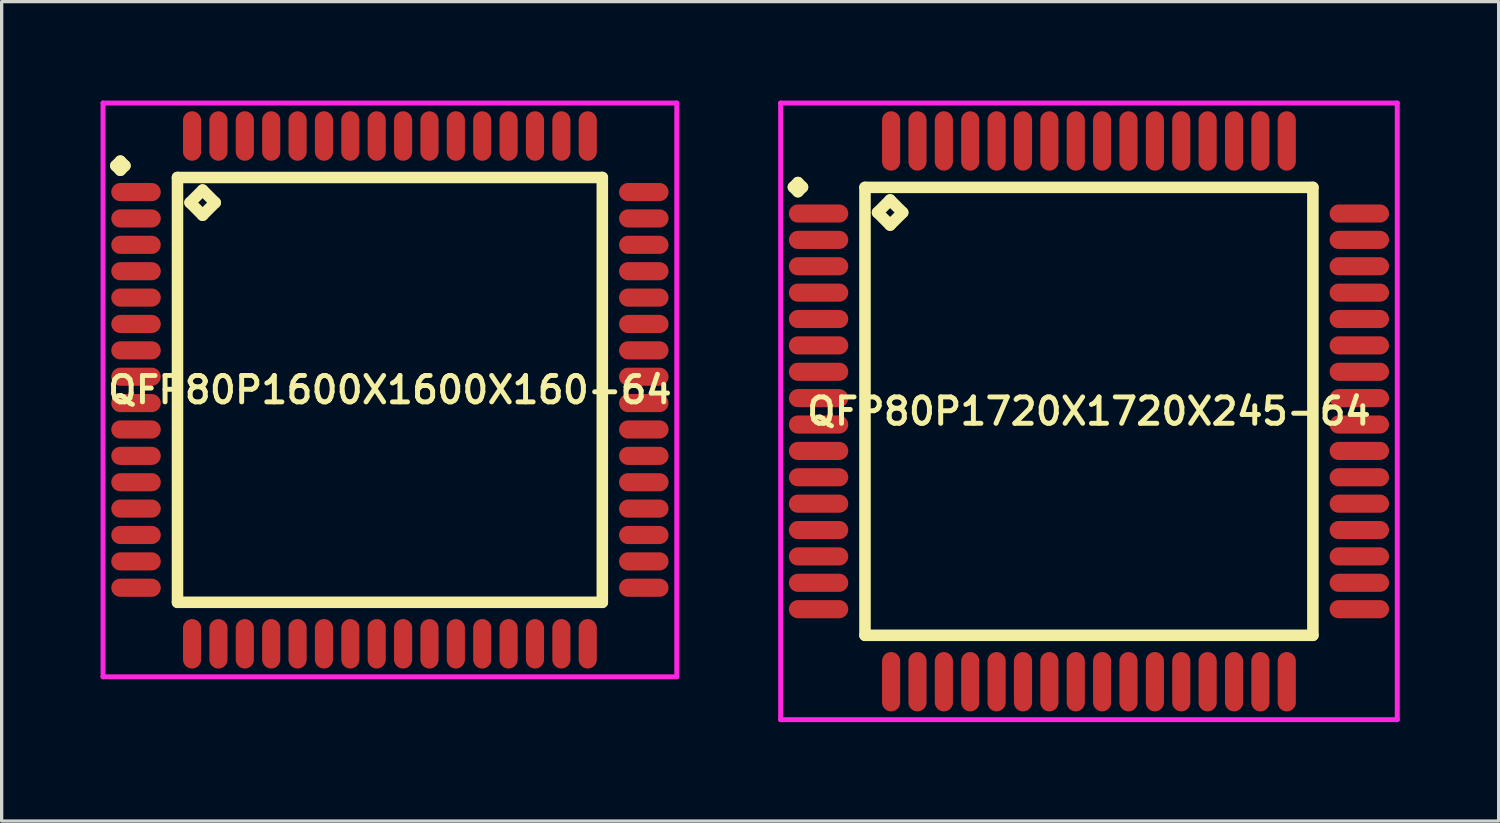
<source format=kicad_pcb>
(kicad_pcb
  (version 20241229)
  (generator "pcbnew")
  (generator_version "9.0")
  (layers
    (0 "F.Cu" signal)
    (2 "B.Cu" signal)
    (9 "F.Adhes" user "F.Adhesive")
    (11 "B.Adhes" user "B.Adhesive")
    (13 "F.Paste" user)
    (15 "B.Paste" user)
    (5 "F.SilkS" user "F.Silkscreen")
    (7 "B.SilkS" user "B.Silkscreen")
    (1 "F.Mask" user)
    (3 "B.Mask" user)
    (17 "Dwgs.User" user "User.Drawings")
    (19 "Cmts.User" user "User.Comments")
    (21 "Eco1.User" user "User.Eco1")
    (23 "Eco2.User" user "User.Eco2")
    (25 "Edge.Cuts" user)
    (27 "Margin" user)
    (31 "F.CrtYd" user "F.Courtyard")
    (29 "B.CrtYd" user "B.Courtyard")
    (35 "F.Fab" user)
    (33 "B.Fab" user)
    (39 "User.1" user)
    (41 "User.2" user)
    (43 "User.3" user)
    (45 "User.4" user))
  (footprint "QFP80P1720X1720X245-64"
    (layer "F.Cu")
    (at 29.975 9.425)
    (property "Reference" "QFP80P1720X1720X245-64" (at 0 0 0) (layer "F.SilkS") (effects (font (size 0.8 0.8) (thickness 0.15))))
    (attr smd)
    (fp_line (start -8.963 -6.8) (end -8.825 -6.938) (stroke (width 0.35) (type solid)) (layer "F.SilkS"))
    (fp_line (start -8.825 -6.938) (end -8.688 -6.8) (stroke (width 0.35) (type solid)) (layer "F.SilkS"))
    (fp_line (start -8.825 -6.662) (end -8.963 -6.8) (stroke (width 0.35) (type solid)) (layer "F.SilkS"))
    (fp_line (start -8.688 -6.8) (end -8.825 -6.662) (stroke (width 0.35) (type solid)) (layer "F.SilkS"))
    (fp_line (start -6.792 -6.792) (end -6.792 6.792) (stroke (width 0.35) (type solid)) (layer "F.SilkS"))
    (fp_line (start -6.792 6.792) (end 6.792 6.792) (stroke (width 0.35) (type solid)) (layer "F.SilkS"))
    (fp_line (start -6.411 -6.03) (end -6.03 -6.411) (stroke (width 0.35) (type solid)) (layer "F.SilkS"))
    (fp_line (start -6.03 -6.411) (end -5.649 -6.03) (stroke (width 0.35) (type solid)) (layer "F.SilkS"))
    (fp_line (start -6.03 -5.649) (end -6.411 -6.03) (stroke (width 0.35) (type solid)) (layer "F.SilkS"))
    (fp_line (start -5.649 -6.03) (end -6.03 -5.649) (stroke (width 0.35) (type solid)) (layer "F.SilkS"))
    (fp_line (start 6.792 -6.792) (end -6.792 -6.792) (stroke (width 0.35) (type solid)) (layer "F.SilkS"))
    (fp_line (start 6.792 6.792) (end 6.792 -6.792) (stroke (width 0.35) (type solid)) (layer "F.SilkS"))
    (fp_line (start -9.35 -9.35) (end 9.35 -9.35) (stroke (width 0.15) (type solid)) (layer "F.CrtYd"))
    (fp_line (start -9.35 9.35) (end -9.35 -9.35) (stroke (width 0.15) (type solid)) (layer "F.CrtYd"))
    (fp_line (start 9.35 -9.35) (end 9.35 9.35) (stroke (width 0.15) (type solid)) (layer "F.CrtYd"))
    (fp_line (start 9.35 9.35) (end -9.35 9.35) (stroke (width 0.15) (type solid)) (layer "F.CrtYd"))
    (pad "1" smd oval (at -8.2 -6) (size 1.8 0.55) (layers "F.Cu" "F.Mask" "F.Paste"))
    (pad "2" smd oval (at -8.2 -5.2) (size 1.8 0.55) (layers "F.Cu" "F.Mask" "F.Paste"))
    (pad "3" smd oval (at -8.2 -4.4) (size 1.8 0.55) (layers "F.Cu" "F.Mask" "F.Paste"))
    (pad "4" smd oval (at -8.2 -3.6) (size 1.8 0.55) (layers "F.Cu" "F.Mask" "F.Paste"))
    (pad "5" smd oval (at -8.2 -2.8) (size 1.8 0.55) (layers "F.Cu" "F.Mask" "F.Paste"))
    (pad "6" smd oval (at -8.2 -2) (size 1.8 0.55) (layers "F.Cu" "F.Mask" "F.Paste"))
    (pad "7" smd oval (at -8.2 -1.2) (size 1.8 0.55) (layers "F.Cu" "F.Mask" "F.Paste"))
    (pad "8" smd oval (at -8.2 -0.4) (size 1.8 0.55) (layers "F.Cu" "F.Mask" "F.Paste"))
    (pad "9" smd oval (at -8.2 0.4) (size 1.8 0.55) (layers "F.Cu" "F.Mask" "F.Paste"))
    (pad "10" smd oval (at -8.2 1.2) (size 1.8 0.55) (layers "F.Cu" "F.Mask" "F.Paste"))
    (pad "11" smd oval (at -8.2 2) (size 1.8 0.55) (layers "F.Cu" "F.Mask" "F.Paste"))
    (pad "12" smd oval (at -8.2 2.8) (size 1.8 0.55) (layers "F.Cu" "F.Mask" "F.Paste"))
    (pad "13" smd oval (at -8.2 3.6) (size 1.8 0.55) (layers "F.Cu" "F.Mask" "F.Paste"))
    (pad "14" smd oval (at -8.2 4.4) (size 1.8 0.55) (layers "F.Cu" "F.Mask" "F.Paste"))
    (pad "15" smd oval (at -8.2 5.2) (size 1.8 0.55) (layers "F.Cu" "F.Mask" "F.Paste"))
    (pad "16" smd oval (at -8.2 6) (size 1.8 0.55) (layers "F.Cu" "F.Mask" "F.Paste"))
    (pad "17" smd oval (at -6 8.2) (size 0.55 1.8) (layers "F.Cu" "F.Mask" "F.Paste"))
    (pad "18" smd oval (at -5.2 8.2) (size 0.55 1.8) (layers "F.Cu" "F.Mask" "F.Paste"))
    (pad "19" smd oval (at -4.4 8.2) (size 0.55 1.8) (layers "F.Cu" "F.Mask" "F.Paste"))
    (pad "20" smd oval (at -3.6 8.2) (size 0.55 1.8) (layers "F.Cu" "F.Mask" "F.Paste"))
    (pad "21" smd oval (at -2.8 8.2) (size 0.55 1.8) (layers "F.Cu" "F.Mask" "F.Paste"))
    (pad "22" smd oval (at -2 8.2) (size 0.55 1.8) (layers "F.Cu" "F.Mask" "F.Paste"))
    (pad "23" smd oval (at -1.2 8.2) (size 0.55 1.8) (layers "F.Cu" "F.Mask" "F.Paste"))
    (pad "24" smd oval (at -0.4 8.2) (size 0.55 1.8) (layers "F.Cu" "F.Mask" "F.Paste"))
    (pad "25" smd oval (at 0.4 8.2) (size 0.55 1.8) (layers "F.Cu" "F.Mask" "F.Paste"))
    (pad "26" smd oval (at 1.2 8.2) (size 0.55 1.8) (layers "F.Cu" "F.Mask" "F.Paste"))
    (pad "27" smd oval (at 2 8.2) (size 0.55 1.8) (layers "F.Cu" "F.Mask" "F.Paste"))
    (pad "28" smd oval (at 2.8 8.2) (size 0.55 1.8) (layers "F.Cu" "F.Mask" "F.Paste"))
    (pad "29" smd oval (at 3.6 8.2) (size 0.55 1.8) (layers "F.Cu" "F.Mask" "F.Paste"))
    (pad "30" smd oval (at 4.4 8.2) (size 0.55 1.8) (layers "F.Cu" "F.Mask" "F.Paste"))
    (pad "31" smd oval (at 5.2 8.2) (size 0.55 1.8) (layers "F.Cu" "F.Mask" "F.Paste"))
    (pad "32" smd oval (at 6 8.2) (size 0.55 1.8) (layers "F.Cu" "F.Mask" "F.Paste"))
    (pad "33" smd oval (at 8.2 6) (size 1.8 0.55) (layers "F.Cu" "F.Mask" "F.Paste"))
    (pad "34" smd oval (at 8.2 5.2) (size 1.8 0.55) (layers "F.Cu" "F.Mask" "F.Paste"))
    (pad "35" smd oval (at 8.2 4.4) (size 1.8 0.55) (layers "F.Cu" "F.Mask" "F.Paste"))
    (pad "36" smd oval (at 8.2 3.6) (size 1.8 0.55) (layers "F.Cu" "F.Mask" "F.Paste"))
    (pad "37" smd oval (at 8.2 2.8) (size 1.8 0.55) (layers "F.Cu" "F.Mask" "F.Paste"))
    (pad "38" smd oval (at 8.2 2) (size 1.8 0.55) (layers "F.Cu" "F.Mask" "F.Paste"))
    (pad "39" smd oval (at 8.2 1.2) (size 1.8 0.55) (layers "F.Cu" "F.Mask" "F.Paste"))
    (pad "40" smd oval (at 8.2 0.4) (size 1.8 0.55) (layers "F.Cu" "F.Mask" "F.Paste"))
    (pad "41" smd oval (at 8.2 -0.4) (size 1.8 0.55) (layers "F.Cu" "F.Mask" "F.Paste"))
    (pad "42" smd oval (at 8.2 -1.2) (size 1.8 0.55) (layers "F.Cu" "F.Mask" "F.Paste"))
    (pad "43" smd oval (at 8.2 -2) (size 1.8 0.55) (layers "F.Cu" "F.Mask" "F.Paste"))
    (pad "44" smd oval (at 8.2 -2.8) (size 1.8 0.55) (layers "F.Cu" "F.Mask" "F.Paste"))
    (pad "45" smd oval (at 8.2 -3.6) (size 1.8 0.55) (layers "F.Cu" "F.Mask" "F.Paste"))
    (pad "46" smd oval (at 8.2 -4.4) (size 1.8 0.55) (layers "F.Cu" "F.Mask" "F.Paste"))
    (pad "47" smd oval (at 8.2 -5.2) (size 1.8 0.55) (layers "F.Cu" "F.Mask" "F.Paste"))
    (pad "48" smd oval (at 8.2 -6) (size 1.8 0.55) (layers "F.Cu" "F.Mask" "F.Paste"))
    (pad "49" smd oval (at 6 -8.2) (size 0.55 1.8) (layers "F.Cu" "F.Mask" "F.Paste"))
    (pad "50" smd oval (at 5.2 -8.2) (size 0.55 1.8) (layers "F.Cu" "F.Mask" "F.Paste"))
    (pad "51" smd oval (at 4.4 -8.2) (size 0.55 1.8) (layers "F.Cu" "F.Mask" "F.Paste"))
    (pad "52" smd oval (at 3.6 -8.2) (size 0.55 1.8) (layers "F.Cu" "F.Mask" "F.Paste"))
    (pad "53" smd oval (at 2.8 -8.2) (size 0.55 1.8) (layers "F.Cu" "F.Mask" "F.Paste"))
    (pad "54" smd oval (at 2 -8.2) (size 0.55 1.8) (layers "F.Cu" "F.Mask" "F.Paste"))
    (pad "55" smd oval (at 1.2 -8.2) (size 0.55 1.8) (layers "F.Cu" "F.Mask" "F.Paste"))
    (pad "56" smd oval (at 0.4 -8.2) (size 0.55 1.8) (layers "F.Cu" "F.Mask" "F.Paste"))
    (pad "57" smd oval (at -0.4 -8.2) (size 0.55 1.8) (layers "F.Cu" "F.Mask" "F.Paste"))
    (pad "58" smd oval (at -1.2 -8.2) (size 0.55 1.8) (layers "F.Cu" "F.Mask" "F.Paste"))
    (pad "59" smd oval (at -2 -8.2) (size 0.55 1.8) (layers "F.Cu" "F.Mask" "F.Paste"))
    (pad "60" smd oval (at -2.8 -8.2) (size 0.55 1.8) (layers "F.Cu" "F.Mask" "F.Paste"))
    (pad "61" smd oval (at -3.6 -8.2) (size 0.55 1.8) (layers "F.Cu" "F.Mask" "F.Paste"))
    (pad "62" smd oval (at -4.4 -8.2) (size 0.55 1.8) (layers "F.Cu" "F.Mask" "F.Paste"))
    (pad "63" smd oval (at -5.2 -8.2) (size 0.55 1.8) (layers "F.Cu" "F.Mask" "F.Paste"))
    (pad "64" smd oval (at -6 -8.2) (size 0.55 1.8) (layers "F.Cu" "F.Mask" "F.Paste")))
  (footprint "QFP80P1600X1600X160-64"
    (layer "F.Cu")
    (at 8.775 8.775)
    (property "Reference" "QFP80P1600X1600X160-64" (at 0 0 0) (layer "F.SilkS") (effects (font (size 0.8 0.8) (thickness 0.15))))
    (attr smd)
    (fp_line (start -8.312 -6.8) (end -8.175 -6.938) (stroke (width 0.35) (type solid)) (layer "F.SilkS"))
    (fp_line (start -8.175 -6.938) (end -8.037 -6.8) (stroke (width 0.35) (type solid)) (layer "F.SilkS"))
    (fp_line (start -8.175 -6.662) (end -8.312 -6.8) (stroke (width 0.35) (type solid)) (layer "F.SilkS"))
    (fp_line (start -8.037 -6.8) (end -8.175 -6.662) (stroke (width 0.35) (type solid)) (layer "F.SilkS"))
    (fp_line (start -6.442 -6.442) (end -6.442 6.442) (stroke (width 0.35) (type solid)) (layer "F.SilkS"))
    (fp_line (start -6.442 6.442) (end 6.442 6.442) (stroke (width 0.35) (type solid)) (layer "F.SilkS"))
    (fp_line (start -6.061 -5.68) (end -5.68 -6.061) (stroke (width 0.35) (type solid)) (layer "F.SilkS"))
    (fp_line (start -5.68 -6.061) (end -5.299 -5.68) (stroke (width 0.35) (type solid)) (layer "F.SilkS"))
    (fp_line (start -5.68 -5.299) (end -6.061 -5.68) (stroke (width 0.35) (type solid)) (layer "F.SilkS"))
    (fp_line (start -5.299 -5.68) (end -5.68 -5.299) (stroke (width 0.35) (type solid)) (layer "F.SilkS"))
    (fp_line (start 6.442 -6.442) (end -6.442 -6.442) (stroke (width 0.35) (type solid)) (layer "F.SilkS"))
    (fp_line (start 6.442 6.442) (end 6.442 -6.442) (stroke (width 0.35) (type solid)) (layer "F.SilkS"))
    (fp_line (start -8.7 -8.7) (end 8.7 -8.7) (stroke (width 0.15) (type solid)) (layer "F.CrtYd"))
    (fp_line (start -8.7 8.7) (end -8.7 -8.7) (stroke (width 0.15) (type solid)) (layer "F.CrtYd"))
    (fp_line (start 8.7 -8.7) (end 8.7 8.7) (stroke (width 0.15) (type solid)) (layer "F.CrtYd"))
    (fp_line (start 8.7 8.7) (end -8.7 8.7) (stroke (width 0.15) (type solid)) (layer "F.CrtYd"))
    (pad "1" smd oval (at -7.7 -6) (size 1.5 0.55) (layers "F.Cu" "F.Mask" "F.Paste"))
    (pad "2" smd oval (at -7.7 -5.2) (size 1.5 0.55) (layers "F.Cu" "F.Mask" "F.Paste"))
    (pad "3" smd oval (at -7.7 -4.4) (size 1.5 0.55) (layers "F.Cu" "F.Mask" "F.Paste"))
    (pad "4" smd oval (at -7.7 -3.6) (size 1.5 0.55) (layers "F.Cu" "F.Mask" "F.Paste"))
    (pad "5" smd oval (at -7.7 -2.8) (size 1.5 0.55) (layers "F.Cu" "F.Mask" "F.Paste"))
    (pad "6" smd oval (at -7.7 -2) (size 1.5 0.55) (layers "F.Cu" "F.Mask" "F.Paste"))
    (pad "7" smd oval (at -7.7 -1.2) (size 1.5 0.55) (layers "F.Cu" "F.Mask" "F.Paste"))
    (pad "8" smd oval (at -7.7 -0.4) (size 1.5 0.55) (layers "F.Cu" "F.Mask" "F.Paste"))
    (pad "9" smd oval (at -7.7 0.4) (size 1.5 0.55) (layers "F.Cu" "F.Mask" "F.Paste"))
    (pad "10" smd oval (at -7.7 1.2) (size 1.5 0.55) (layers "F.Cu" "F.Mask" "F.Paste"))
    (pad "11" smd oval (at -7.7 2) (size 1.5 0.55) (layers "F.Cu" "F.Mask" "F.Paste"))
    (pad "12" smd oval (at -7.7 2.8) (size 1.5 0.55) (layers "F.Cu" "F.Mask" "F.Paste"))
    (pad "13" smd oval (at -7.7 3.6) (size 1.5 0.55) (layers "F.Cu" "F.Mask" "F.Paste"))
    (pad "14" smd oval (at -7.7 4.4) (size 1.5 0.55) (layers "F.Cu" "F.Mask" "F.Paste"))
    (pad "15" smd oval (at -7.7 5.2) (size 1.5 0.55) (layers "F.Cu" "F.Mask" "F.Paste"))
    (pad "16" smd oval (at -7.7 6) (size 1.5 0.55) (layers "F.Cu" "F.Mask" "F.Paste"))
    (pad "17" smd oval (at -6 7.7) (size 0.55 1.5) (layers "F.Cu" "F.Mask" "F.Paste"))
    (pad "18" smd oval (at -5.2 7.7) (size 0.55 1.5) (layers "F.Cu" "F.Mask" "F.Paste"))
    (pad "19" smd oval (at -4.4 7.7) (size 0.55 1.5) (layers "F.Cu" "F.Mask" "F.Paste"))
    (pad "20" smd oval (at -3.6 7.7) (size 0.55 1.5) (layers "F.Cu" "F.Mask" "F.Paste"))
    (pad "21" smd oval (at -2.8 7.7) (size 0.55 1.5) (layers "F.Cu" "F.Mask" "F.Paste"))
    (pad "22" smd oval (at -2 7.7) (size 0.55 1.5) (layers "F.Cu" "F.Mask" "F.Paste"))
    (pad "23" smd oval (at -1.2 7.7) (size 0.55 1.5) (layers "F.Cu" "F.Mask" "F.Paste"))
    (pad "24" smd oval (at -0.4 7.7) (size 0.55 1.5) (layers "F.Cu" "F.Mask" "F.Paste"))
    (pad "25" smd oval (at 0.4 7.7) (size 0.55 1.5) (layers "F.Cu" "F.Mask" "F.Paste"))
    (pad "26" smd oval (at 1.2 7.7) (size 0.55 1.5) (layers "F.Cu" "F.Mask" "F.Paste"))
    (pad "27" smd oval (at 2 7.7) (size 0.55 1.5) (layers "F.Cu" "F.Mask" "F.Paste"))
    (pad "28" smd oval (at 2.8 7.7) (size 0.55 1.5) (layers "F.Cu" "F.Mask" "F.Paste"))
    (pad "29" smd oval (at 3.6 7.7) (size 0.55 1.5) (layers "F.Cu" "F.Mask" "F.Paste"))
    (pad "30" smd oval (at 4.4 7.7) (size 0.55 1.5) (layers "F.Cu" "F.Mask" "F.Paste"))
    (pad "31" smd oval (at 5.2 7.7) (size 0.55 1.5) (layers "F.Cu" "F.Mask" "F.Paste"))
    (pad "32" smd oval (at 6 7.7) (size 0.55 1.5) (layers "F.Cu" "F.Mask" "F.Paste"))
    (pad "33" smd oval (at 7.7 6) (size 1.5 0.55) (layers "F.Cu" "F.Mask" "F.Paste"))
    (pad "34" smd oval (at 7.7 5.2) (size 1.5 0.55) (layers "F.Cu" "F.Mask" "F.Paste"))
    (pad "35" smd oval (at 7.7 4.4) (size 1.5 0.55) (layers "F.Cu" "F.Mask" "F.Paste"))
    (pad "36" smd oval (at 7.7 3.6) (size 1.5 0.55) (layers "F.Cu" "F.Mask" "F.Paste"))
    (pad "37" smd oval (at 7.7 2.8) (size 1.5 0.55) (layers "F.Cu" "F.Mask" "F.Paste"))
    (pad "38" smd oval (at 7.7 2) (size 1.5 0.55) (layers "F.Cu" "F.Mask" "F.Paste"))
    (pad "39" smd oval (at 7.7 1.2) (size 1.5 0.55) (layers "F.Cu" "F.Mask" "F.Paste"))
    (pad "40" smd oval (at 7.7 0.4) (size 1.5 0.55) (layers "F.Cu" "F.Mask" "F.Paste"))
    (pad "41" smd oval (at 7.7 -0.4) (size 1.5 0.55) (layers "F.Cu" "F.Mask" "F.Paste"))
    (pad "42" smd oval (at 7.7 -1.2) (size 1.5 0.55) (layers "F.Cu" "F.Mask" "F.Paste"))
    (pad "43" smd oval (at 7.7 -2) (size 1.5 0.55) (layers "F.Cu" "F.Mask" "F.Paste"))
    (pad "44" smd oval (at 7.7 -2.8) (size 1.5 0.55) (layers "F.Cu" "F.Mask" "F.Paste"))
    (pad "45" smd oval (at 7.7 -3.6) (size 1.5 0.55) (layers "F.Cu" "F.Mask" "F.Paste"))
    (pad "46" smd oval (at 7.7 -4.4) (size 1.5 0.55) (layers "F.Cu" "F.Mask" "F.Paste"))
    (pad "47" smd oval (at 7.7 -5.2) (size 1.5 0.55) (layers "F.Cu" "F.Mask" "F.Paste"))
    (pad "48" smd oval (at 7.7 -6) (size 1.5 0.55) (layers "F.Cu" "F.Mask" "F.Paste"))
    (pad "49" smd oval (at 6 -7.7) (size 0.55 1.5) (layers "F.Cu" "F.Mask" "F.Paste"))
    (pad "50" smd oval (at 5.2 -7.7) (size 0.55 1.5) (layers "F.Cu" "F.Mask" "F.Paste"))
    (pad "51" smd oval (at 4.4 -7.7) (size 0.55 1.5) (layers "F.Cu" "F.Mask" "F.Paste"))
    (pad "52" smd oval (at 3.6 -7.7) (size 0.55 1.5) (layers "F.Cu" "F.Mask" "F.Paste"))
    (pad "53" smd oval (at 2.8 -7.7) (size 0.55 1.5) (layers "F.Cu" "F.Mask" "F.Paste"))
    (pad "54" smd oval (at 2 -7.7) (size 0.55 1.5) (layers "F.Cu" "F.Mask" "F.Paste"))
    (pad "55" smd oval (at 1.2 -7.7) (size 0.55 1.5) (layers "F.Cu" "F.Mask" "F.Paste"))
    (pad "56" smd oval (at 0.4 -7.7) (size 0.55 1.5) (layers "F.Cu" "F.Mask" "F.Paste"))
    (pad "57" smd oval (at -0.4 -7.7) (size 0.55 1.5) (layers "F.Cu" "F.Mask" "F.Paste"))
    (pad "58" smd oval (at -1.2 -7.7) (size 0.55 1.5) (layers "F.Cu" "F.Mask" "F.Paste"))
    (pad "59" smd oval (at -2 -7.7) (size 0.55 1.5) (layers "F.Cu" "F.Mask" "F.Paste"))
    (pad "60" smd oval (at -2.8 -7.7) (size 0.55 1.5) (layers "F.Cu" "F.Mask" "F.Paste"))
    (pad "61" smd oval (at -3.6 -7.7) (size 0.55 1.5) (layers "F.Cu" "F.Mask" "F.Paste"))
    (pad "62" smd oval (at -4.4 -7.7) (size 0.55 1.5) (layers "F.Cu" "F.Mask" "F.Paste"))
    (pad "63" smd oval (at -5.2 -7.7) (size 0.55 1.5) (layers "F.Cu" "F.Mask" "F.Paste"))
    (pad "64" smd oval (at -6 -7.7) (size 0.55 1.5) (layers "F.Cu" "F.Mask" "F.Paste")))
  (gr_rect
    (start -3 -3)
    (end 42.4 21.85)
    (stroke (width 0.1) (type default))
    (fill no)
    (layer "Edge.Cuts")))
</source>
